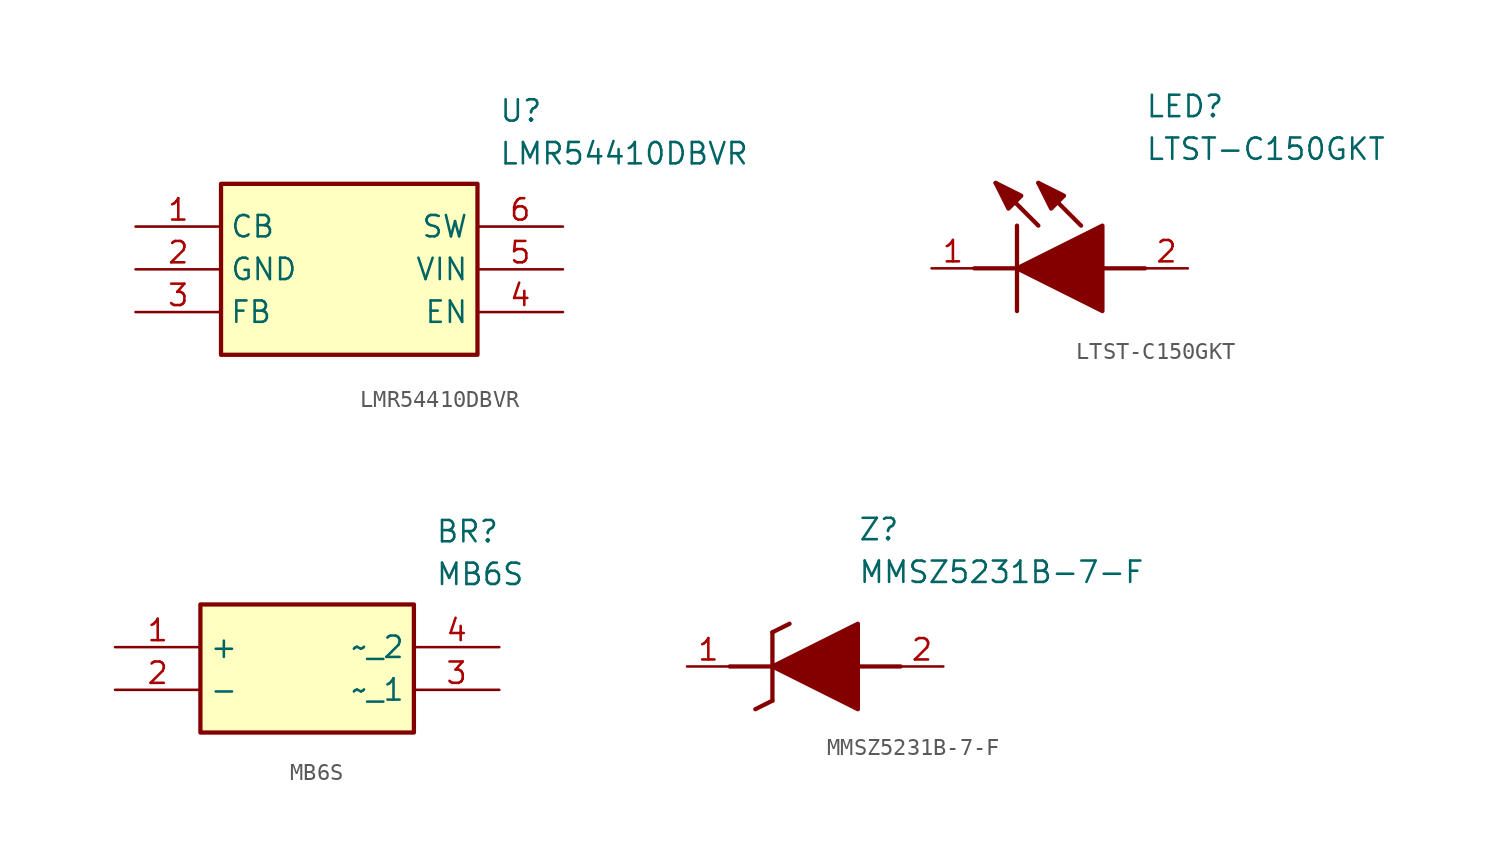
<source format=kicad_sym>
(kicad_symbol_lib
  (version 20241209)
  (generator "kicad_symbol_editor")
  (generator_version "9.0")
  (symbol "LMR54410DBVR"
    (property "Reference" "U"
      (at 21.59 7.62 0)
      (effects (font (size 1.27 1.27)) (justify left top)))
    (property "Value" "LMR54410DBVR"
      (at 21.59 5.08 0)
      (effects (font (size 1.27 1.27)) (justify left top)))
    (symbol "LMR54410DBVR_1_1"
      (rectangle (start 5.08 2.54) (end 20.32 -7.62) (stroke (width 0.254) (type default)) (fill (type background)))
      (pin power_in line (at 0 0 0) (length 5.08) (name "CB" (effects (font (size 1.27 1.27)))) (number "1" (effects (font (size 1.27 1.27)))))
      (pin power_in line (at 0 -2.54 0) (length 5.08) (name "GND" (effects (font (size 1.27 1.27)))) (number "2" (effects (font (size 1.27 1.27)))))
      (pin input line (at 0 -5.08 0) (length 5.08) (name "FB" (effects (font (size 1.27 1.27)))) (number "3" (effects (font (size 1.27 1.27)))))
      (pin output line (at 25.4 0 180) (length 5.08) (name "SW" (effects (font (size 1.27 1.27)))) (number "6" (effects (font (size 1.27 1.27)))))
      (pin input line (at 25.4 -2.54 180) (length 5.08) (name "VIN" (effects (font (size 1.27 1.27)))) (number "5" (effects (font (size 1.27 1.27)))))
      (pin input line (at 25.4 -5.08 180) (length 5.08) (name "EN" (effects (font (size 1.27 1.27)))) (number "4" (effects (font (size 1.27 1.27)))))))
  (symbol "LTST-C150GKT"
    (pin_names
      (hide yes))
    (property "Reference" "LED"
      (at 12.7 8.89 0)
      (effects (font (size 1.27 1.27)) (justify left bottom)))
    (property "Value" "LTST-C150GKT"
      (at 12.7 6.35 0)
      (effects (font (size 1.27 1.27)) (justify left bottom)))
    (symbol "LTST-C150GKT_1_1"
      (polyline (pts (xy 2.54 0) (xy 5.08 0)) (stroke (width 0.254) (type default)) (fill (type none)))
      (polyline (pts (xy 5.08 2.54) (xy 5.08 -2.54)) (stroke (width 0.254) (type default)) (fill (type none)))
      (polyline (pts (xy 5.08 0) (xy 10.16 2.54) (xy 10.16 -2.54) (xy 5.08 0)) (stroke (width 0.254) (type default)) (fill (type outline)))
      (polyline (pts (xy 5.334 4.318) (xy 4.572 3.556) (xy 3.81 5.08) (xy 5.334 4.318)) (stroke (width 0.254) (type default)) (fill (type outline)))
      (polyline (pts (xy 6.35 2.54) (xy 3.81 5.08)) (stroke (width 0.254) (type default)) (fill (type none)))
      (polyline (pts (xy 7.874 4.318) (xy 7.112 3.556) (xy 6.35 5.08) (xy 7.874 4.318)) (stroke (width 0.254) (type default)) (fill (type outline)))
      (polyline (pts (xy 8.89 2.54) (xy 6.35 5.08)) (stroke (width 0.254) (type default)) (fill (type none)))
      (polyline (pts (xy 10.16 0) (xy 12.7 0)) (stroke (width 0.254) (type default)) (fill (type none)))
      (pin passive line (at 0 0 0) (length 2.54) (name "K" (effects (font (size 1.27 1.27)))) (number "1" (effects (font (size 1.27 1.27)))))
      (pin passive line (at 15.24 0 180) (length 2.54) (name "A" (effects (font (size 1.27 1.27)))) (number "2" (effects (font (size 1.27 1.27)))))))
  (symbol "MB6S"
    (property "Reference" "BR"
      (at 19.05 7.62 0)
      (effects (font (size 1.27 1.27)) (justify left top)))
    (property "Value" "MB6S"
      (at 19.05 5.08 0)
      (effects (font (size 1.27 1.27)) (justify left top)))
    (symbol "MB6S_1_1"
      (rectangle (start 5.08 2.54) (end 17.78 -5.08) (stroke (width 0.254) (type default)) (fill (type background)))
      (pin passive line (at 0 0 0) (length 5.08) (name "+" (effects (font (size 1.27 1.27)))) (number "1" (effects (font (size 1.27 1.27)))))
      (pin passive line (at 0 -2.54 0) (length 5.08) (name "-" (effects (font (size 1.27 1.27)))) (number "2" (effects (font (size 1.27 1.27)))))
      (pin passive line (at 22.86 0 180) (length 5.08) (name "~_2" (effects (font (size 1.27 1.27)))) (number "4" (effects (font (size 1.27 1.27)))))
      (pin passive line (at 22.86 -2.54 180) (length 5.08) (name "~_1" (effects (font (size 1.27 1.27)))) (number "3" (effects (font (size 1.27 1.27)))))))
  (symbol "MMSZ5231B-7-F"
    (pin_names
      (hide yes))
    (property "Reference" "Z"
      (at 10.16 8.89 0)
      (effects (font (size 1.27 1.27)) (justify left top)))
    (property "Value" "MMSZ5231B-7-F"
      (at 10.16 6.35 0)
      (effects (font (size 1.27 1.27)) (justify left top)))
    (symbol "MMSZ5231B-7-F_1_1"
      (polyline (pts (xy 2.54 0) (xy 5.08 0)) (stroke (width 0.254) (type default)) (fill (type none)))
      (polyline (pts (xy 4.064 -2.54) (xy 5.08 -2.032)) (stroke (width 0.254) (type default)) (fill (type none)))
      (polyline (pts (xy 5.08 2.032) (xy 5.08 -2.032)) (stroke (width 0.254) (type default)) (fill (type none)))
      (polyline (pts (xy 5.08 2.032) (xy 6.096 2.54)) (stroke (width 0.254) (type default)) (fill (type none)))
      (polyline (pts (xy 5.08 0) (xy 10.16 2.54) (xy 10.16 -2.54) (xy 5.08 0)) (stroke (width 0.254) (type default)) (fill (type outline)))
      (polyline (pts (xy 12.7 0) (xy 10.16 0)) (stroke (width 0.254) (type default)) (fill (type none)))
      (pin passive line (at 0 0 0) (length 2.54) (name "K" (effects (font (size 1.27 1.27)))) (number "1" (effects (font (size 1.27 1.27)))))
      (pin passive line (at 15.24 0 180) (length 2.54) (name "A" (effects (font (size 1.27 1.27)))) (number "2" (effects (font (size 1.27 1.27))))))))
</source>
